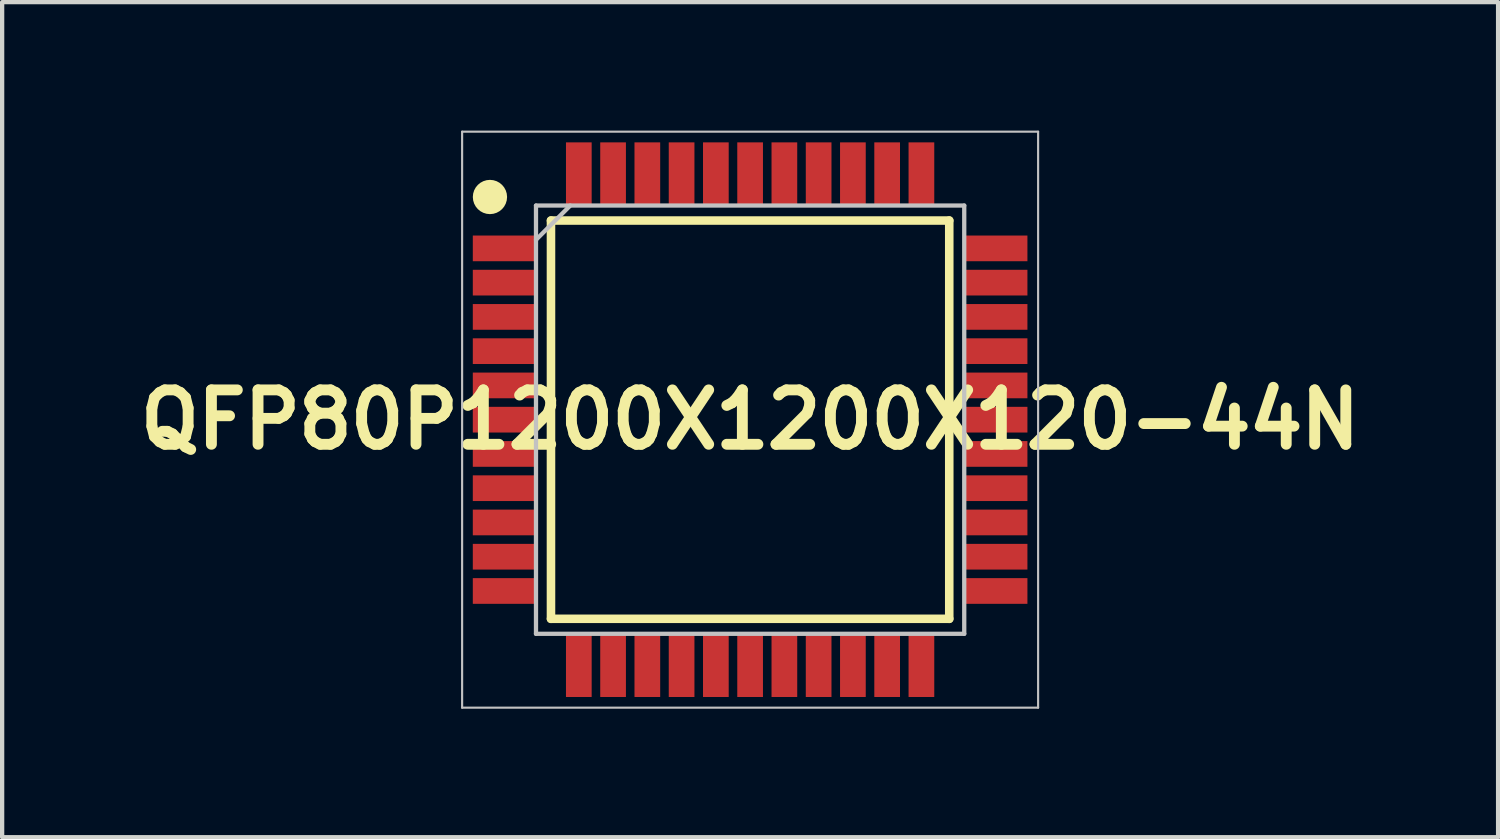
<source format=kicad_pcb>
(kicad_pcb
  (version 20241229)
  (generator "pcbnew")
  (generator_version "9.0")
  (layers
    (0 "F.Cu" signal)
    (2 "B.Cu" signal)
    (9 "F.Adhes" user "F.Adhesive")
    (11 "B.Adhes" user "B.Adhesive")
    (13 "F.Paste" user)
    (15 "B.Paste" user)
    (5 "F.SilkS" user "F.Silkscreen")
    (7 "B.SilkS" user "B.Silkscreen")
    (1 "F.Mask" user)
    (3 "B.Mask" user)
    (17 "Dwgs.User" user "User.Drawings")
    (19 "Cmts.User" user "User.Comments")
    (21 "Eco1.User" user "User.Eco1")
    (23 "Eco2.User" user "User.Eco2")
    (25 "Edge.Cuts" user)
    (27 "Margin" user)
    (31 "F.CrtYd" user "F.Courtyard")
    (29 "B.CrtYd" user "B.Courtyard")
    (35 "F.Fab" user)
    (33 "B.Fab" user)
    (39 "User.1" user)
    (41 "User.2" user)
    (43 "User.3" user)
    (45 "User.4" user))
  (footprint "QFP80P1200X1200X120-44N"
    (layer "F.Cu")
    (at 14.466 6.75)
    (property "Reference" "QFP80P1200X1200X120-44N" (at 0 0 0) (layer "F.SilkS") (effects (font (size 1.27 1.27) (thickness 0.254))))
    (attr smd)
    (fp_line (start -4.65 -4.65) (end 4.65 -4.65) (stroke (width 0.2) (type solid)) (layer "F.SilkS"))
    (fp_line (start -4.65 4.65) (end -4.65 -4.65) (stroke (width 0.2) (type solid)) (layer "F.SilkS"))
    (fp_line (start 4.65 -4.65) (end 4.65 4.65) (stroke (width 0.2) (type solid)) (layer "F.SilkS"))
    (fp_line (start 4.65 4.65) (end -4.65 4.65) (stroke (width 0.2) (type solid)) (layer "F.SilkS"))
    (fp_circle (center -6.075 -5.2) (end -6.075 -5) (stroke (width 0.4) (type solid)) (fill no) (layer "F.SilkS"))
    (fp_line (start -6.725 -6.725) (end 6.725 -6.725) (stroke (width 0.05) (type solid)) (layer "Dwgs.User"))
    (fp_line (start -6.725 6.725) (end -6.725 -6.725) (stroke (width 0.05) (type solid)) (layer "Dwgs.User"))
    (fp_line (start -5 -5) (end 5 -5) (stroke (width 0.1) (type solid)) (layer "Dwgs.User"))
    (fp_line (start -5 -4.2) (end -4.2 -5) (stroke (width 0.1) (type solid)) (layer "Dwgs.User"))
    (fp_line (start -5 5) (end -5 -5) (stroke (width 0.1) (type solid)) (layer "Dwgs.User"))
    (fp_line (start 5 -5) (end 5 5) (stroke (width 0.1) (type solid)) (layer "Dwgs.User"))
    (fp_line (start 5 5) (end -5 5) (stroke (width 0.1) (type solid)) (layer "Dwgs.User"))
    (fp_line (start 6.725 -6.725) (end 6.725 6.725) (stroke (width 0.05) (type solid)) (layer "Dwgs.User"))
    (fp_line (start 6.725 6.725) (end -6.725 6.725) (stroke (width 0.05) (type solid)) (layer "Dwgs.User"))
    (pad "1" smd rect (at -5.738 -4 90) (size 0.6 1.475) (layers "F.Cu" "F.Paste"))
    (pad "2" smd rect (at -5.738 -3.2 90) (size 0.6 1.475) (layers "F.Cu" "F.Paste"))
    (pad "3" smd rect (at -5.738 -2.4 90) (size 0.6 1.475) (layers "F.Cu" "F.Paste"))
    (pad "4" smd rect (at -5.738 -1.6 90) (size 0.6 1.475) (layers "F.Cu" "F.Paste"))
    (pad "5" smd rect (at -5.738 -0.8 90) (size 0.6 1.475) (layers "F.Cu" "F.Paste"))
    (pad "6" smd rect (at -5.738 0 90) (size 0.6 1.475) (layers "F.Cu" "F.Paste"))
    (pad "7" smd rect (at -5.738 0.8 90) (size 0.6 1.475) (layers "F.Cu" "F.Paste"))
    (pad "8" smd rect (at -5.738 1.6 90) (size 0.6 1.475) (layers "F.Cu" "F.Paste"))
    (pad "9" smd rect (at -5.738 2.4 90) (size 0.6 1.475) (layers "F.Cu" "F.Paste"))
    (pad "10" smd rect (at -5.738 3.2 90) (size 0.6 1.475) (layers "F.Cu" "F.Paste"))
    (pad "11" smd rect (at -5.738 4 90) (size 0.6 1.475) (layers "F.Cu" "F.Paste"))
    (pad "12" smd rect (at -4 5.738) (size 0.6 1.475) (layers "F.Cu" "F.Paste"))
    (pad "13" smd rect (at -3.2 5.738) (size 0.6 1.475) (layers "F.Cu" "F.Paste"))
    (pad "14" smd rect (at -2.4 5.738) (size 0.6 1.475) (layers "F.Cu" "F.Paste"))
    (pad "15" smd rect (at -1.6 5.738) (size 0.6 1.475) (layers "F.Cu" "F.Paste"))
    (pad "16" smd rect (at -0.8 5.738) (size 0.6 1.475) (layers "F.Cu" "F.Paste"))
    (pad "17" smd rect (at 0 5.738) (size 0.6 1.475) (layers "F.Cu" "F.Paste"))
    (pad "18" smd rect (at 0.8 5.738) (size 0.6 1.475) (layers "F.Cu" "F.Paste"))
    (pad "19" smd rect (at 1.6 5.738) (size 0.6 1.475) (layers "F.Cu" "F.Paste"))
    (pad "20" smd rect (at 2.4 5.738) (size 0.6 1.475) (layers "F.Cu" "F.Paste"))
    (pad "21" smd rect (at 3.2 5.738) (size 0.6 1.475) (layers "F.Cu" "F.Paste"))
    (pad "22" smd rect (at 4 5.738) (size 0.6 1.475) (layers "F.Cu" "F.Paste"))
    (pad "23" smd rect (at 5.738 4 90) (size 0.6 1.475) (layers "F.Cu" "F.Paste"))
    (pad "24" smd rect (at 5.738 3.2 90) (size 0.6 1.475) (layers "F.Cu" "F.Paste"))
    (pad "25" smd rect (at 5.738 2.4 90) (size 0.6 1.475) (layers "F.Cu" "F.Paste"))
    (pad "26" smd rect (at 5.738 1.6 90) (size 0.6 1.475) (layers "F.Cu" "F.Paste"))
    (pad "27" smd rect (at 5.738 0.8 90) (size 0.6 1.475) (layers "F.Cu" "F.Paste"))
    (pad "28" smd rect (at 5.738 0 90) (size 0.6 1.475) (layers "F.Cu" "F.Paste"))
    (pad "29" smd rect (at 5.738 -0.8 90) (size 0.6 1.475) (layers "F.Cu" "F.Paste"))
    (pad "30" smd rect (at 5.738 -1.6 90) (size 0.6 1.475) (layers "F.Cu" "F.Paste"))
    (pad "31" smd rect (at 5.738 -2.4 90) (size 0.6 1.475) (layers "F.Cu" "F.Paste"))
    (pad "32" smd rect (at 5.738 -3.2 90) (size 0.6 1.475) (layers "F.Cu" "F.Paste"))
    (pad "33" smd rect (at 5.738 -4 90) (size 0.6 1.475) (layers "F.Cu" "F.Paste"))
    (pad "34" smd rect (at 4 -5.738) (size 0.6 1.475) (layers "F.Cu" "F.Paste"))
    (pad "35" smd rect (at 3.2 -5.738) (size 0.6 1.475) (layers "F.Cu" "F.Paste"))
    (pad "36" smd rect (at 2.4 -5.738) (size 0.6 1.475) (layers "F.Cu" "F.Paste"))
    (pad "37" smd rect (at 1.6 -5.738) (size 0.6 1.475) (layers "F.Cu" "F.Paste"))
    (pad "38" smd rect (at 0.8 -5.738) (size 0.6 1.475) (layers "F.Cu" "F.Paste"))
    (pad "39" smd rect (at 0 -5.738) (size 0.6 1.475) (layers "F.Cu" "F.Paste"))
    (pad "40" smd rect (at -0.8 -5.738) (size 0.6 1.475) (layers "F.Cu" "F.Paste"))
    (pad "41" smd rect (at -1.6 -5.738) (size 0.6 1.475) (layers "F.Cu" "F.Paste"))
    (pad "42" smd rect (at -2.4 -5.738) (size 0.6 1.475) (layers "F.Cu" "F.Paste"))
    (pad "43" smd rect (at -3.2 -5.738) (size 0.6 1.475) (layers "F.Cu" "F.Paste"))
    (pad "44" smd rect (at -4 -5.738) (size 0.6 1.475) (layers "F.Cu" "F.Paste")))
  (gr_rect
    (start -3 -3)
    (end 31.932 16.5)
    (stroke (width 0.1) (type default))
    (fill no)
    (layer "Edge.Cuts")))
</source>
